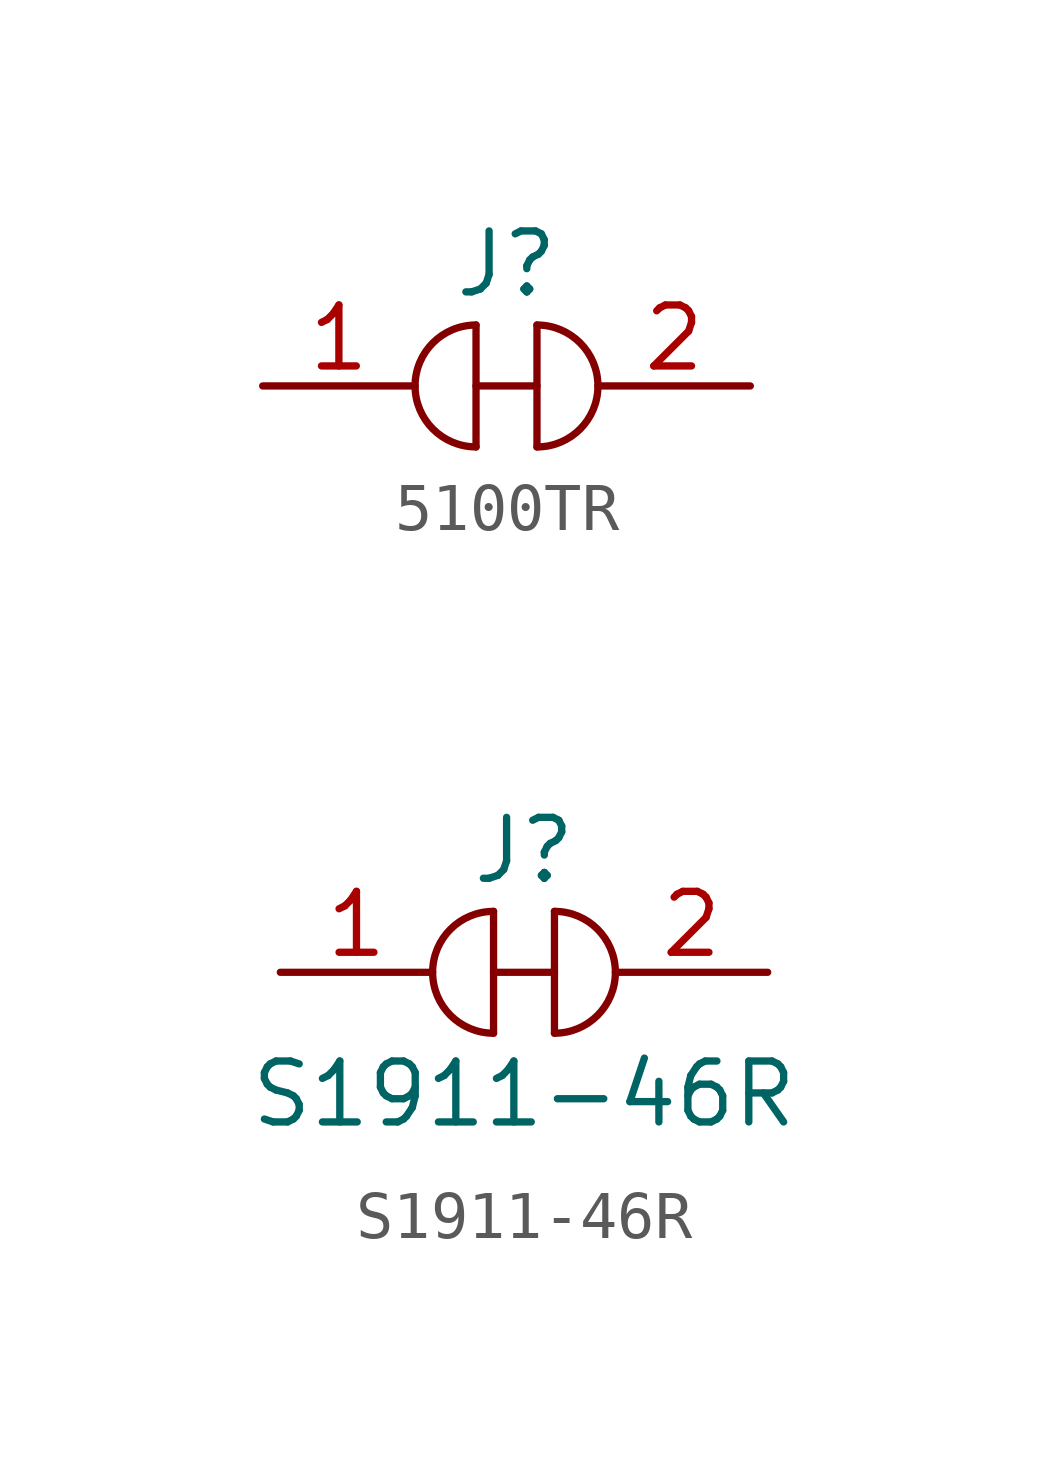
<source format=kicad_sym>
(kicad_symbol_lib
  (version 20231120)
  (generator "kicad_symbol_editor")
  (generator_version "8.0")
  (symbol "5100TR"
    (pin_names
      (offset 1.016))
    (property "Reference" "J"
      (at 0 2.54 0)
      (effects (font (size 1.27 1.27))))
    (symbol "5100TR_0_1"
      (arc (start -0.635 1.27) (mid -1.8995 0) (end -0.635 -1.27) (stroke (width 0) (type default)) (fill (type none)))
      (polyline (pts (xy -0.635 0) (xy 0.635 0)) (stroke (width 0) (type default)) (fill (type none)))
      (polyline (pts (xy -0.635 1.27) (xy -0.635 -1.27)) (stroke (width 0) (type default)) (fill (type none)))
      (polyline (pts (xy 0.635 1.27) (xy 0.635 -1.27)) (stroke (width 0) (type default)) (fill (type none)))
      (arc (start 0.635 -1.27) (mid 1.8995 0) (end 0.635 1.27) (stroke (width 0) (type default)) (fill (type none))))
    (symbol "5100TR_1_1"
      (pin passive line (at -5.08 0 0) (length 3.175) (name "~" (effects (font (size 1.27 1.27)))) (number "1" (effects (font (size 1.27 1.27)))))
      (pin passive line (at 5.08 0 180) (length 3.175) (name "~" (effects (font (size 1.27 1.27)))) (number "2" (effects (font (size 1.27 1.27)))))))
  (symbol "S1911-46R"
    (pin_names
      (offset 1.016))
    (property "Reference" "J"
      (at 0 2.54 0)
      (effects (font (size 1.27 1.27))))
    (property "Value" "S1911-46R"
      (at 0 -2.54 0)
      (effects (font (size 1.27 1.27))))
    (symbol "S1911-46R_1_1"
      (arc (start -0.635 1.27) (mid -1.8995 0) (end -0.635 -1.27) (stroke (width 0) (type default)) (fill (type none)))
      (polyline (pts (xy -0.635 0) (xy 0.635 0)) (stroke (width 0) (type default)) (fill (type none)))
      (polyline (pts (xy -0.635 1.27) (xy -0.635 -1.27)) (stroke (width 0) (type default)) (fill (type none)))
      (polyline (pts (xy 0.635 1.27) (xy 0.635 -1.27)) (stroke (width 0) (type default)) (fill (type none)))
      (arc (start 0.635 -1.27) (mid 1.8995 0) (end 0.635 1.27) (stroke (width 0) (type default)) (fill (type none)))
      (pin passive line (at -5.08 0 0) (length 3.175) (name "~" (effects (font (size 1.27 1.27)))) (number "1" (effects (font (size 1.27 1.27)))))
      (pin passive line (at 5.08 0 180) (length 3.175) (name "~" (effects (font (size 1.27 1.27)))) (number "2" (effects (font (size 1.27 1.27))))))))
</source>
